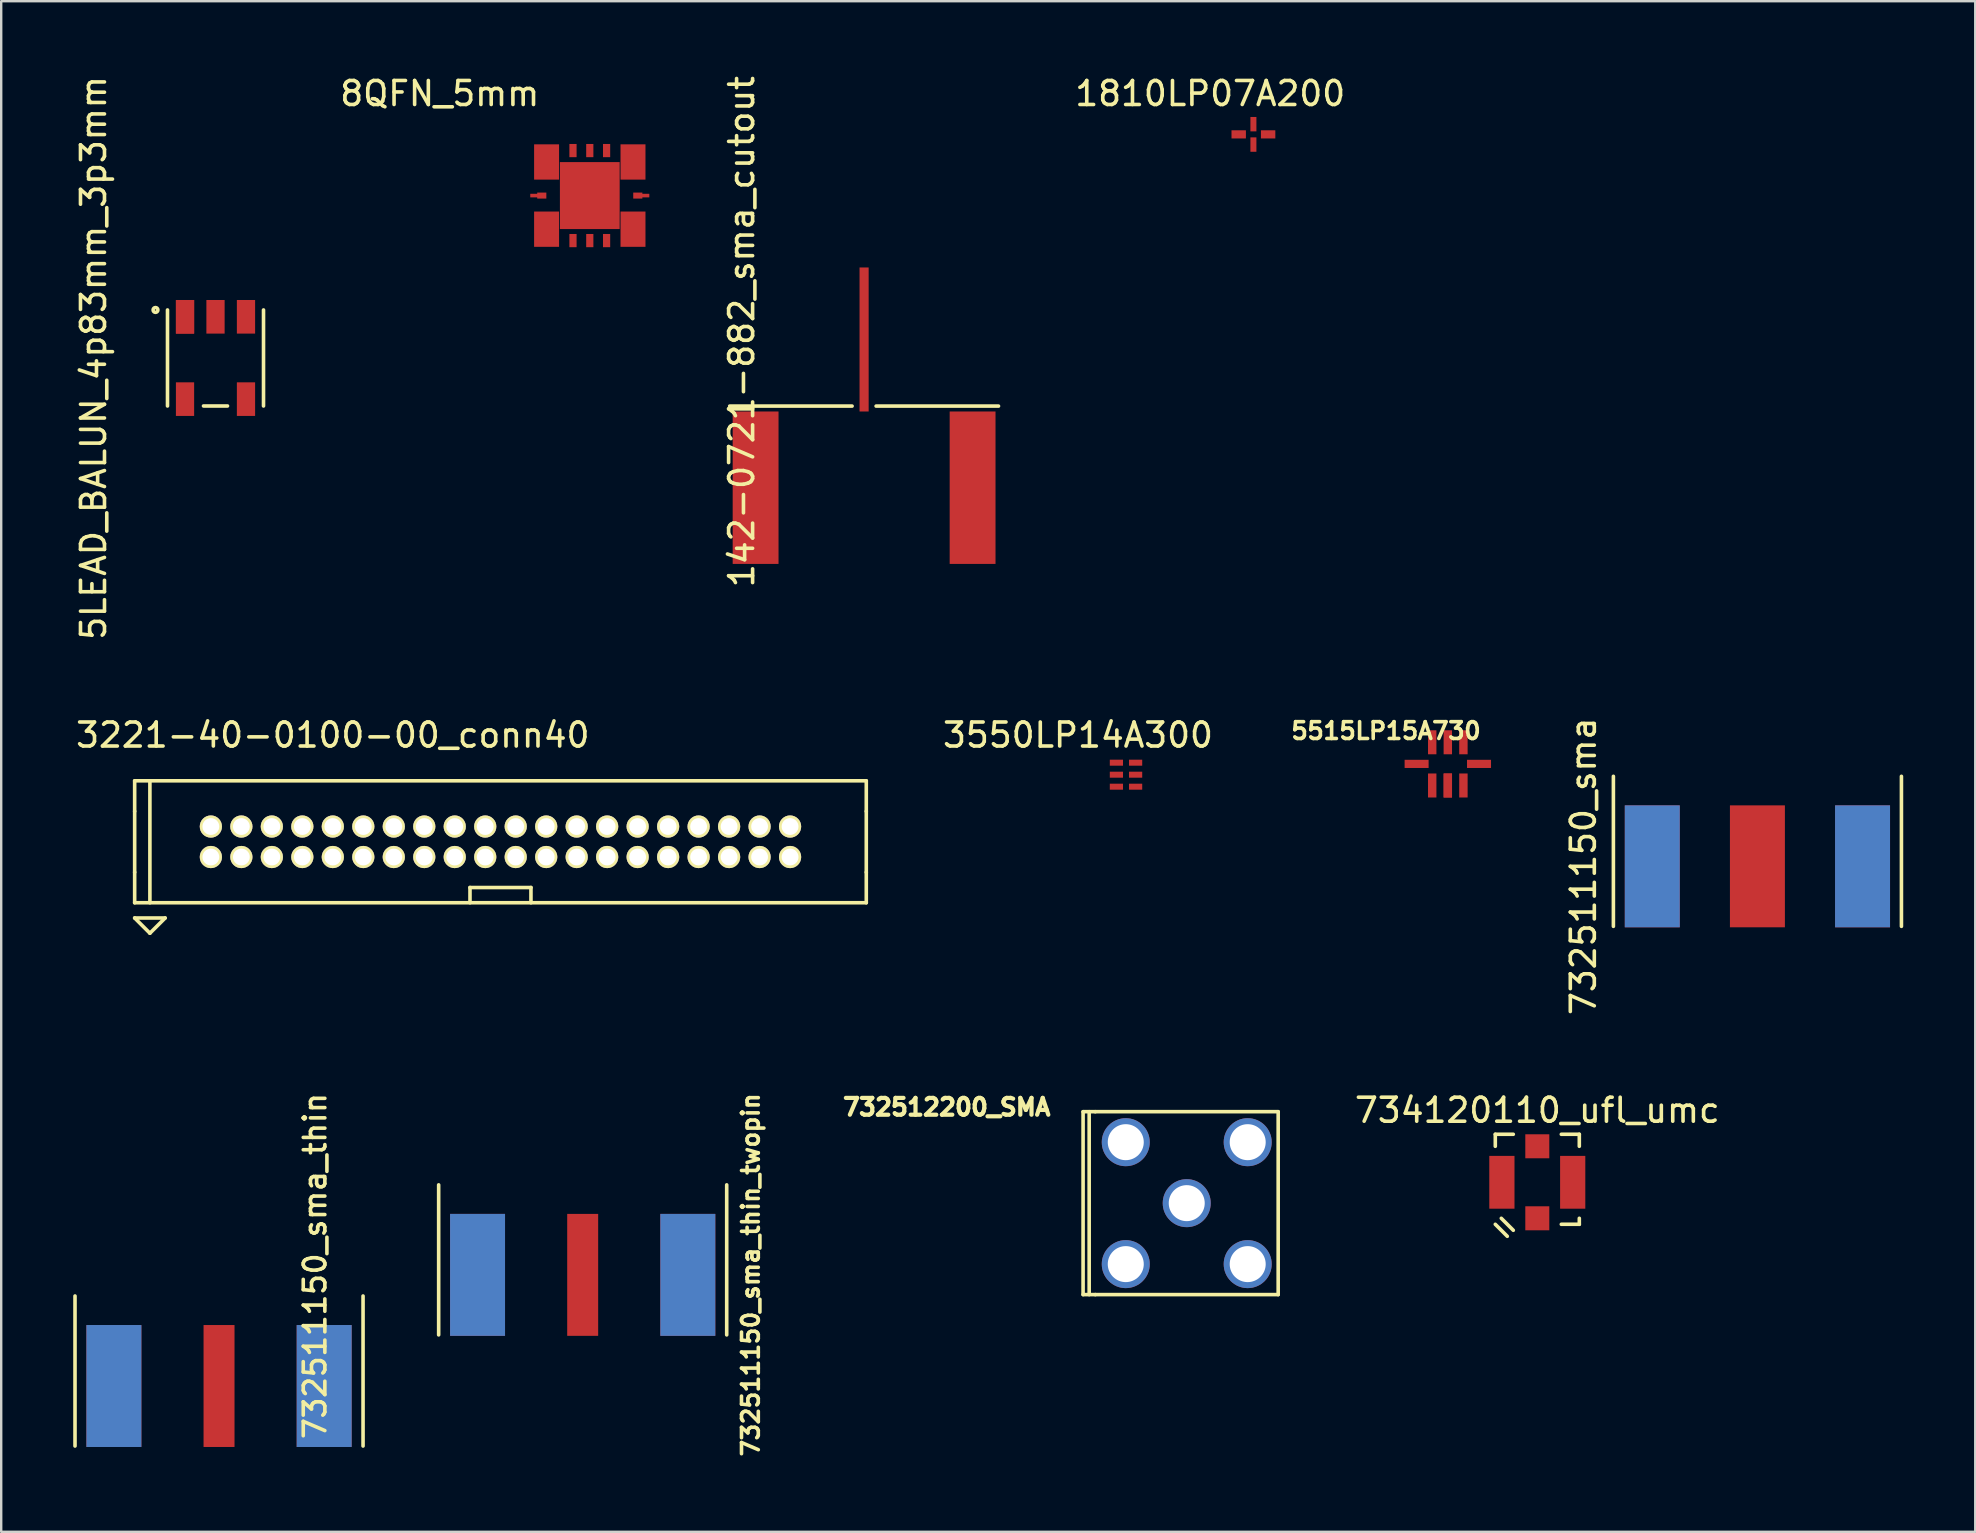
<source format=kicad_pcb>
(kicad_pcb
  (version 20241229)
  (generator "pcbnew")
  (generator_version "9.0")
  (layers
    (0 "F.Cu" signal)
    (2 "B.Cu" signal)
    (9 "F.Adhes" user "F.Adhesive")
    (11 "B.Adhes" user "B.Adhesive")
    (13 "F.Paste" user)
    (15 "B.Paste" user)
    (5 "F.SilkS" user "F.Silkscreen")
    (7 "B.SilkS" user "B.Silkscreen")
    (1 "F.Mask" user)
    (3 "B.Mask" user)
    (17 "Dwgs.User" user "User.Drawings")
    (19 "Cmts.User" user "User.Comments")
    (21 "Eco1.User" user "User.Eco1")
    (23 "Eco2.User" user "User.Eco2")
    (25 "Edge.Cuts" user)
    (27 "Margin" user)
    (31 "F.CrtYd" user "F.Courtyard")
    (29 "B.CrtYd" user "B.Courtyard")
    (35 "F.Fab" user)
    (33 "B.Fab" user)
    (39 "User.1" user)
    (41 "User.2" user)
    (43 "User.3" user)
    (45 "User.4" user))
  (footprint "1810LP07A200"
    (layer "F.Cu")
    (at 49.168 2.548)
    (property "Reference" "1810LP07A200" (at -1.8 -1.7 0) (layer "F.SilkS") (effects (font (size 1 1) (thickness 0.15))))
    (attr through_hole)
    (pad "1" smd rect (at -0.613 0) (size 0.6 0.34) (layers "F.Cu" "F.Mask" "F.Paste"))
    (pad "2" smd rect (at 0 -0.425) (size 0.25 0.6) (layers "F.Cu" "F.Mask" "F.Paste"))
    (pad "2" smd rect (at 0 0.425) (size 0.25 0.6) (layers "F.Cu" "F.Mask" "F.Paste"))
    (pad "3" smd rect (at 0.613 0) (size 0.6 0.34) (layers "F.Cu" "F.Mask" "F.Paste")))
  (footprint "8QFN_5mm"
    (layer "F.Cu")
    (at 21.521 5.098)
    (property "Reference" "8QFN_5mm" (at -6.25 -4.25 0) (layer "F.SilkS") (effects (font (size 1 1) (thickness 0.15))))
    (attr through_hole)
    (pad "1" smd rect (at -0.7 -1.875) (size 0.3 0.55) (layers "F.Cu" "F.Mask" "F.Paste"))
    (pad "2" smd rect (at 0 -1.875) (size 0.3 0.55) (layers "F.Cu" "F.Mask" "F.Paste"))
    (pad "3" smd rect (at 0.7 -1.875) (size 0.3 0.55) (layers "F.Cu" "F.Mask" "F.Paste"))
    (pad "4" smd rect (at 2 0 90) (size 0.25 0.38) (layers "F.Cu" "F.Mask" "F.Paste"))
    (pad "4" smd rect (at 2.3 0) (size 0.36 0.15) (layers "F.Cu" "F.Mask" "F.Paste"))
    (pad "5" smd rect (at 0.7 1.875) (size 0.3 0.55) (layers "F.Cu" "F.Mask" "F.Paste"))
    (pad "6" smd rect (at 0 1.875) (size 0.3 0.55) (layers "F.Cu" "F.Mask" "F.Paste"))
    (pad "7" smd rect (at -0.7 1.875) (size 0.3 0.55) (layers "F.Cu" "F.Mask" "F.Paste"))
    (pad "8" smd rect (at -2.3 0) (size 0.36 0.15) (layers "F.Cu" "F.Mask" "F.Paste"))
    (pad "8" smd rect (at -2 0 90) (size 0.25 0.38) (layers "F.Cu" "F.Mask" "F.Paste"))
    (pad "9" smd rect (at -1.8 -1.4) (size 1.04 1.47) (layers "F.Cu" "F.Mask" "F.Paste"))
    (pad "9" smd rect (at -1.8 1.4) (size 1.04 1.47) (layers "F.Cu" "F.Mask" "F.Paste"))
    (pad "9" smd rect (at 0 0) (size 2.49 2.79) (layers "F.Cu" "F.Mask" "F.Paste"))
    (pad "9" smd rect (at 1.8 -1.4) (size 1.04 1.47) (layers "F.Cu" "F.Mask" "F.Paste"))
    (pad "9" smd rect (at 1.8 1.4) (size 1.04 1.47) (layers "F.Cu" "F.Mask" "F.Paste")))
  (footprint "734120110_ufl_umc"
    (layer "F.Cu")
    (at 60.995 46.205)
    (property "Reference" "734120110_ufl_umc" (at 0 -3 0) (layer "F.SilkS") (effects (font (size 1 1) (thickness 0.15))))
    (attr through_hole)
    (fp_line (start -1.75 -2) (end -1.75 -1.5) (stroke (width 0.15) (type solid)) (layer "F.SilkS"))
    (fp_line (start -1.75 1.75) (end -1.25 2.25) (stroke (width 0.15) (type solid)) (layer "F.SilkS"))
    (fp_line (start -1.5 1.5) (end -1 2) (stroke (width 0.15) (type solid)) (layer "F.SilkS"))
    (fp_line (start -1 -2) (end -1.75 -2) (stroke (width 0.15) (type solid)) (layer "F.SilkS"))
    (fp_line (start 1 1.75) (end 1.75 1.75) (stroke (width 0.15) (type solid)) (layer "F.SilkS"))
    (fp_line (start 1.75 -2) (end 1 -2) (stroke (width 0.15) (type solid)) (layer "F.SilkS"))
    (fp_line (start 1.75 -1.5) (end 1.75 -2) (stroke (width 0.15) (type solid)) (layer "F.SilkS"))
    (fp_line (start 1.75 1.75) (end 1.75 1.5) (stroke (width 0.15) (type solid)) (layer "F.SilkS"))
    (pad "1" smd rect (at 0 1.5) (size 1 1) (layers "F.Cu" "F.Mask" "F.Paste"))
    (pad "2" smd rect (at -1.475 0) (size 1.05 2.2) (layers "F.Cu" "F.Mask" "F.Paste"))
    (pad "2" smd rect (at 1.475 0) (size 1.05 2.2) (layers "F.Cu" "F.Mask" "F.Paste"))
    (pad "3" smd rect (at 0 -1.5) (size 1 1) (layers "F.Cu" "F.Mask" "F.Paste")))
  (footprint "5515LP15A730"
    (layer "F.Cu")
    (at 57.267 28.774)
    (property "Reference" "5515LP15A730" (at -2.575 -1.375 0) (layer "F.SilkS") (effects (font (size 0.7 0.7) (thickness 0.15))))
    (attr through_hole)
    (pad "1" smd rect (at -1.3 0) (size 1 0.34) (layers "F.Cu" "F.Mask" "F.Paste"))
    (pad "2" smd rect (at -0.65 -0.9 90) (size 1 0.35) (layers "F.Cu" "F.Mask" "F.Paste"))
    (pad "2" smd rect (at -0.65 0.9 90) (size 1 0.35) (layers "F.Cu" "F.Mask" "F.Paste"))
    (pad "2" smd rect (at 0.65 -0.9 90) (size 1 0.35) (layers "F.Cu" "F.Mask" "F.Paste"))
    (pad "2" smd rect (at 0.65 0.9 90) (size 1 0.35) (layers "F.Cu" "F.Mask" "F.Paste"))
    (pad "3" smd rect (at 1.3 0) (size 1 0.34) (layers "F.Cu" "F.Mask" "F.Paste"))
    (pad "4" smd rect (at 0 -0.9 90) (size 1 0.35) (layers "F.Cu" "F.Mask" "F.Paste"))
    (pad "4" smd rect (at 0 0.9 90) (size 1 0.35) (layers "F.Cu" "F.Mask" "F.Paste"))
    (pad "4" smd rect (at 0 0.9 90) (size 1 0.35) (layers "F.Cu" "F.Mask" "F.Paste")))
  (footprint "732512200_SMA"
    (layer "F.Cu")
    (at 46.39 47.074)
    (property "Reference" "732512200_SMA" (at -10 -4 0) (layer "F.SilkS") (effects (font (size 0.7 0.7) (thickness 0.2))))
    (attr through_hole)
    (fp_line (start -4.318 -3.81) (end -4.318 3.81) (stroke (width 0.15) (type solid)) (layer "F.SilkS"))
    (fp_line (start -4.318 -3.81) (end -3.81 -3.81) (stroke (width 0.15) (type solid)) (layer "F.SilkS"))
    (fp_line (start -4.318 3.81) (end -3.81 3.81) (stroke (width 0.15) (type solid)) (layer "F.SilkS"))
    (fp_line (start -4.064 3.81) (end -4.064 -3.81) (stroke (width 0.15) (type solid)) (layer "F.SilkS"))
    (fp_line (start -3.81 -3.81) (end 3.81 -3.81) (stroke (width 0.15) (type solid)) (layer "F.SilkS"))
    (fp_line (start 3.81 -3.81) (end 3.81 3.81) (stroke (width 0.15) (type solid)) (layer "F.SilkS"))
    (fp_line (start 3.81 3.81) (end -3.81 3.81) (stroke (width 0.15) (type solid)) (layer "F.SilkS"))
    (pad "1" thru_hole circle (at 0 0) (size 2 2) (drill 1.5) (layers "*.Cu" "*.Mask"))
    (pad "2" thru_hole circle (at -2.54 -2.54) (size 2 2) (drill 1.5) (layers "*.Cu" "*.Mask"))
    (pad "2" thru_hole circle (at -2.54 2.54) (size 2 2) (drill 1.5) (layers "*.Cu" "*.Mask"))
    (pad "2" thru_hole circle (at 2.54 -2.54) (size 2 2) (drill 1.5) (layers "*.Cu" "*.Mask"))
    (pad "2" thru_hole circle (at 2.54 2.54) (size 2 2) (drill 1.5) (layers "*.Cu" "*.Mask")))
  (footprint "732511150_sma_thin_twopin"
    (layer "F.Cu")
    (at 21.225 50.062)
    (property "Reference" "732511150_sma_thin_twopin" (at 7 0 90) (layer "F.SilkS") (effects (font (size 0.7 0.7) (thickness 0.15))))
    (attr through_hole)
    (fp_line (start -6 2.5) (end -6 -3.75) (stroke (width 0.15) (type solid)) (layer "F.SilkS"))
    (fp_line (start 6 2.5) (end 6 -3.75) (stroke (width 0.15) (type solid)) (layer "F.SilkS"))
    (pad "1" smd rect (at 0 0) (size 1.29 5.08) (layers "F.Cu" "F.Mask" "F.Paste"))
    (pad "2" smd rect (at -4.38 0) (size 2.29 5.08) (layers "F.Cu" "F.Mask" "F.Paste"))
    (pad "2" smd rect (at -4.38 0) (size 2.29 5.08) (layers "B.Cu" "B.Mask" "B.Paste"))
    (pad "2" smd rect (at 4.38 0) (size 2.29 5.08) (layers "F.Cu" "F.Mask" "F.Paste"))
    (pad "2" smd rect (at 4.38 0) (size 2.29 5.08) (layers "B.Cu" "B.Mask" "B.Paste")))
  (footprint "732511150_sma"
    (layer "F.Cu")
    (at 70.165 33.042)
    (property "Reference" "732511150_sma" (at -7.25 0 90) (layer "F.SilkS") (effects (font (size 1 1) (thickness 0.15))))
    (attr through_hole)
    (fp_line (start -6 2.5) (end -6 -3.75) (stroke (width 0.15) (type solid)) (layer "F.SilkS"))
    (fp_line (start 6 2.5) (end 6 -3.75) (stroke (width 0.15) (type solid)) (layer "F.SilkS"))
    (pad "1" smd rect (at 0 0) (size 2.29 5.08) (layers "F.Cu" "F.Mask" "F.Paste"))
    (pad "2" smd rect (at 4.38 0) (size 2.29 5.08) (layers "F.Cu" "F.Mask" "F.Paste"))
    (pad "3" smd rect (at -4.38 0) (size 2.29 5.08) (layers "F.Cu" "F.Mask" "F.Paste"))
    (pad "4" smd rect (at -4.38 0) (size 2.29 5.08) (layers "B.Cu" "B.Mask" "B.Paste"))
    (pad "5" smd rect (at 4.38 0) (size 2.29 5.08) (layers "B.Cu" "B.Mask" "B.Paste")))
  (footprint "5LEAD_BALUN_4p83mm_3p3mm"
    (layer "F.Cu")
    (at 5.928 11.863)
    (property "Reference" "5LEAD_BALUN_4p83mm_3p3mm" (at -5.08 0 90) (layer "F.SilkS") (effects (font (size 1 1) (thickness 0.15))))
    (attr through_hole)
    (fp_line (start -2 -2) (end -2 2) (stroke (width 0.15) (type solid)) (layer "F.SilkS"))
    (fp_line (start -0.5 2) (end 0.5 2) (stroke (width 0.15) (type solid)) (layer "F.SilkS"))
    (fp_line (start 2 -2) (end 2 2) (stroke (width 0.15) (type solid)) (layer "F.SilkS"))
    (fp_circle (center -2.5 -2) (end -2.6 -2) (stroke (width 0.15) (type solid)) (fill no) (layer "F.SilkS"))
    (pad "1" smd rect (at -1.27 -1.715) (size 0.76 1.4) (layers "F.Cu" "F.Mask" "F.Paste"))
    (pad "1" smd rect (at -1.27 -1.715) (size 0.76 1.4) (layers "F.Cu" "F.Mask" "F.Paste"))
    (pad "2" smd rect (at 0 -1.715) (size 0.76 1.4) (layers "F.Cu" "F.Mask" "F.Paste"))
    (pad "3" smd rect (at 1.27 -1.715) (size 0.76 1.4) (layers "F.Cu" "F.Mask" "F.Paste"))
    (pad "4" smd rect (at 1.27 1.715) (size 0.76 1.4) (layers "F.Cu" "F.Mask" "F.Paste"))
    (pad "5" smd rect (at -1.27 1.715) (size 0.76 1.4) (layers "F.Cu" "F.Mask" "F.Paste")))
  (footprint "3221-40-0100-00_conn40"
    (layer "F.Cu")
    (at 17.8 32.019)
    (property "Reference" "3221-40-0100-00_conn40" (at -6.985 -4.445 0) (layer "F.SilkS") (effects (font (size 1 1) (thickness 0.15))))
    (attr through_hole)
    (fp_line (start -15.24 -2.54) (end -15.24 -1.27) (stroke (width 0.15) (type solid)) (layer "F.SilkS"))
    (fp_line (start -15.24 -1.27) (end -15.24 1.27) (stroke (width 0.15) (type solid)) (layer "F.SilkS"))
    (fp_line (start -15.24 1.27) (end -15.24 2.54) (stroke (width 0.15) (type solid)) (layer "F.SilkS"))
    (fp_line (start -15.24 3.175) (end -14.605 3.81) (stroke (width 0.15) (type solid)) (layer "F.SilkS"))
    (fp_line (start -15.24 3.175) (end -13.97 3.175) (stroke (width 0.15) (type solid)) (layer "F.SilkS"))
    (fp_line (start -14.605 -2.54) (end -14.605 2.54) (stroke (width 0.15) (type solid)) (layer "F.SilkS"))
    (fp_line (start -14.605 3.81) (end -13.97 3.175) (stroke (width 0.15) (type solid)) (layer "F.SilkS"))
    (fp_line (start -1.27 1.905) (end -1.27 2.54) (stroke (width 0.15) (type solid)) (layer "F.SilkS"))
    (fp_line (start -1.27 1.905) (end 1.27 1.905) (stroke (width 0.15) (type solid)) (layer "F.SilkS"))
    (fp_line (start 1.27 1.905) (end 1.27 2.54) (stroke (width 0.15) (type solid)) (layer "F.SilkS"))
    (fp_line (start 15.24 -2.54) (end -15.24 -2.54) (stroke (width 0.15) (type solid)) (layer "F.SilkS"))
    (fp_line (start 15.24 -1.27) (end 15.24 -2.54) (stroke (width 0.15) (type solid)) (layer "F.SilkS"))
    (fp_line (start 15.24 -1.27) (end 15.24 1.27) (stroke (width 0.15) (type solid)) (layer "F.SilkS"))
    (fp_line (start 15.24 1.27) (end 15.24 2.54) (stroke (width 0.15) (type solid)) (layer "F.SilkS"))
    (fp_line (start 15.24 2.54) (end -15.24 2.54) (stroke (width 0.15) (type solid)) (layer "F.SilkS"))
    (pad "1" thru_hole circle (at -12.065 0.635) (size 0.925 0.925) (drill 0.7) (layers "*.Cu" "*.Mask" "F.SilkS"))
    (pad "2" thru_hole circle (at -12.065 -0.635) (size 0.925 0.925) (drill 0.7) (layers "*.Cu" "*.Mask" "F.SilkS"))
    (pad "3" thru_hole circle (at -10.795 0.635) (size 0.925 0.925) (drill 0.7) (layers "*.Cu" "*.Mask" "F.SilkS"))
    (pad "4" thru_hole circle (at -10.795 -0.635) (size 0.925 0.925) (drill 0.7) (layers "*.Cu" "*.Mask" "F.SilkS"))
    (pad "5" thru_hole circle (at -9.525 0.635) (size 0.925 0.925) (drill 0.7) (layers "*.Cu" "*.Mask" "F.SilkS"))
    (pad "6" thru_hole circle (at -9.525 -0.635) (size 0.925 0.925) (drill 0.7) (layers "*.Cu" "*.Mask" "F.SilkS"))
    (pad "7" thru_hole circle (at -8.255 0.635) (size 0.925 0.925) (drill 0.7) (layers "*.Cu" "*.Mask" "F.SilkS"))
    (pad "8" thru_hole circle (at -8.255 -0.635) (size 0.925 0.925) (drill 0.7) (layers "*.Cu" "*.Mask" "F.SilkS"))
    (pad "9" thru_hole circle (at -6.985 0.635) (size 0.925 0.925) (drill 0.7) (layers "*.Cu" "*.Mask" "F.SilkS"))
    (pad "10" thru_hole circle (at -6.985 -0.635) (size 0.925 0.925) (drill 0.7) (layers "*.Cu" "*.Mask" "F.SilkS"))
    (pad "11" thru_hole circle (at -5.715 0.635) (size 0.925 0.925) (drill 0.7) (layers "*.Cu" "*.Mask" "F.SilkS"))
    (pad "12" thru_hole circle (at -5.715 -0.635) (size 0.925 0.925) (drill 0.7) (layers "*.Cu" "*.Mask" "F.SilkS"))
    (pad "13" thru_hole circle (at -4.445 0.635) (size 0.925 0.925) (drill 0.7) (layers "*.Cu" "*.Mask" "F.SilkS"))
    (pad "14" thru_hole circle (at -4.445 -0.635) (size 0.925 0.925) (drill 0.7) (layers "*.Cu" "*.Mask" "F.SilkS"))
    (pad "15" thru_hole circle (at -3.175 0.635) (size 0.925 0.925) (drill 0.7) (layers "*.Cu" "*.Mask" "F.SilkS"))
    (pad "16" thru_hole circle (at -3.175 -0.635) (size 0.925 0.925) (drill 0.7) (layers "*.Cu" "*.Mask" "F.SilkS"))
    (pad "17" thru_hole circle (at -1.905 0.635) (size 0.925 0.925) (drill 0.7) (layers "*.Cu" "*.Mask" "F.SilkS"))
    (pad "18" thru_hole circle (at -1.905 -0.635) (size 0.925 0.925) (drill 0.7) (layers "*.Cu" "*.Mask" "F.SilkS"))
    (pad "19" thru_hole circle (at -0.635 0.635) (size 0.925 0.925) (drill 0.7) (layers "*.Cu" "*.Mask" "F.SilkS"))
    (pad "20" thru_hole circle (at -0.635 -0.635) (size 0.925 0.925) (drill 0.7) (layers "*.Cu" "*.Mask" "F.SilkS"))
    (pad "21" thru_hole circle (at 0.635 0.635) (size 0.925 0.925) (drill 0.7) (layers "*.Cu" "*.Mask" "F.SilkS"))
    (pad "22" thru_hole circle (at 0.635 -0.635) (size 0.925 0.925) (drill 0.7) (layers "*.Cu" "*.Mask" "F.SilkS"))
    (pad "23" thru_hole circle (at 1.905 0.635) (size 0.925 0.925) (drill 0.7) (layers "*.Cu" "*.Mask" "F.SilkS"))
    (pad "24" thru_hole circle (at 1.905 -0.635) (size 0.925 0.925) (drill 0.7) (layers "*.Cu" "*.Mask" "F.SilkS"))
    (pad "25" thru_hole circle (at 3.175 0.635) (size 0.925 0.925) (drill 0.7) (layers "*.Cu" "*.Mask" "F.SilkS"))
    (pad "26" thru_hole circle (at 3.175 -0.635) (size 0.925 0.925) (drill 0.7) (layers "*.Cu" "*.Mask" "F.SilkS"))
    (pad "27" thru_hole circle (at 4.445 0.635) (size 0.925 0.925) (drill 0.7) (layers "*.Cu" "*.Mask" "F.SilkS"))
    (pad "28" thru_hole circle (at 4.445 -0.635) (size 0.925 0.925) (drill 0.7) (layers "*.Cu" "*.Mask" "F.SilkS"))
    (pad "29" thru_hole circle (at 5.715 0.635) (size 0.925 0.925) (drill 0.7) (layers "*.Cu" "*.Mask" "F.SilkS"))
    (pad "30" thru_hole circle (at 5.715 -0.635) (size 0.925 0.925) (drill 0.7) (layers "*.Cu" "*.Mask" "F.SilkS"))
    (pad "31" thru_hole circle (at 6.985 0.635) (size 0.925 0.925) (drill 0.7) (layers "*.Cu" "*.Mask" "F.SilkS"))
    (pad "32" thru_hole circle (at 6.985 -0.635) (size 0.925 0.925) (drill 0.7) (layers "*.Cu" "*.Mask" "F.SilkS"))
    (pad "33" thru_hole circle (at 8.255 0.635) (size 0.925 0.925) (drill 0.7) (layers "*.Cu" "*.Mask" "F.SilkS"))
    (pad "34" thru_hole circle (at 8.255 -0.635) (size 0.925 0.925) (drill 0.7) (layers "*.Cu" "*.Mask" "F.SilkS"))
    (pad "35" thru_hole circle (at 9.525 0.635) (size 0.925 0.925) (drill 0.7) (layers "*.Cu" "*.Mask" "F.SilkS"))
    (pad "36" thru_hole circle (at 9.525 -0.635) (size 0.925 0.925) (drill 0.7) (layers "*.Cu" "*.Mask" "F.SilkS"))
    (pad "37" thru_hole circle (at 10.795 0.635) (size 0.925 0.925) (drill 0.7) (layers "*.Cu" "*.Mask" "F.SilkS"))
    (pad "38" thru_hole circle (at 10.795 -0.635) (size 0.925 0.925) (drill 0.7) (layers "*.Cu" "*.Mask" "F.SilkS"))
    (pad "39" thru_hole circle (at 12.065 0.635) (size 0.925 0.925) (drill 0.7) (layers "*.Cu" "*.Mask" "F.SilkS"))
    (pad "40" thru_hole circle (at 12.065 -0.635) (size 0.925 0.925) (drill 0.7) (layers "*.Cu" "*.Mask" "F.SilkS")))
  (footprint "142-0721-882_sma_cutout"
    (layer "F.Cu")
    (at 32.949 17.268)
    (property "Reference" "142-0721-882_sma_cutout" (at -5.1 -6.5 90) (layer "F.SilkS") (effects (font (size 1 1) (thickness 0.15))))
    (attr through_hole)
    (fp_line (start -0.5 -3.4) (end -5.6 -3.4) (stroke (width 0.15) (type solid)) (layer "F.SilkS"))
    (fp_line (start 5.6 -3.4) (end 0.5 -3.4) (stroke (width 0.15) (type solid)) (layer "F.SilkS"))
    (pad "1" smd rect (at 0 -6.175) (size 0.38 6) (layers "F.Cu" "F.Mask" "F.Paste"))
    (pad "2" smd rect (at -4.52 0) (size 1.91 6.35) (layers "F.Cu" "F.Mask" "F.Paste"))
    (pad "3" smd rect (at 4.52 0) (size 1.91 6.35) (layers "F.Cu" "F.Mask" "F.Paste")))
  (footprint "3550LP14A300"
    (layer "F.Cu")
    (at 43.86 29.224)
    (property "Reference" "3550LP14A300" (at -2 -1.65 0) (layer "F.SilkS") (effects (font (size 1 1) (thickness 0.15))))
    (attr through_hole)
    (pad "1" smd rect (at -0.4 0) (size 0.55 0.25) (layers "F.Cu" "F.Mask" "F.Paste"))
    (pad "2" smd rect (at -0.4 -0.5) (size 0.55 0.25) (layers "F.Cu" "F.Mask" "F.Paste"))
    (pad "2" smd rect (at -0.4 0.5) (size 0.55 0.25) (layers "F.Cu" "F.Mask" "F.Paste"))
    (pad "2" smd rect (at 0.4 -0.5) (size 0.55 0.25) (layers "F.Cu" "F.Mask" "F.Paste"))
    (pad "2" smd rect (at 0.4 0.5) (size 0.55 0.25) (layers "F.Cu" "F.Mask" "F.Paste"))
    (pad "3" smd rect (at 0.4 0) (size 0.55 0.25) (layers "F.Cu" "F.Mask" "F.Paste")))
  (footprint "732511150_sma_thin"
    (layer "F.Cu")
    (at 6.075 54.692)
    (property "Reference" "732511150_sma_thin" (at 4 -5 90) (layer "F.SilkS") (effects (font (size 0.9 0.9) (thickness 0.15))))
    (attr through_hole)
    (fp_line (start -6 2.5) (end -6 -3.75) (stroke (width 0.15) (type solid)) (layer "F.SilkS"))
    (fp_line (start 6 2.5) (end 6 -3.75) (stroke (width 0.15) (type solid)) (layer "F.SilkS"))
    (pad "1" smd rect (at 0 0) (size 1.29 5.08) (layers "F.Cu" "F.Mask" "F.Paste"))
    (pad "2" smd rect (at 4.38 0) (size 2.29 5.08) (layers "F.Cu" "F.Mask" "F.Paste"))
    (pad "3" smd rect (at -4.38 0) (size 2.29 5.08) (layers "F.Cu" "F.Mask" "F.Paste"))
    (pad "4" smd rect (at -4.38 0) (size 2.29 5.08) (layers "B.Cu" "B.Mask" "B.Paste"))
    (pad "5" smd rect (at 4.38 0) (size 2.29 5.08) (layers "B.Cu" "B.Mask" "B.Paste")))
  (gr_rect
    (start -3 -3)
    (end 79.24 60.767)
    (stroke (width 0.1) (type default))
    (fill no)
    (layer "Edge.Cuts")))
</source>
